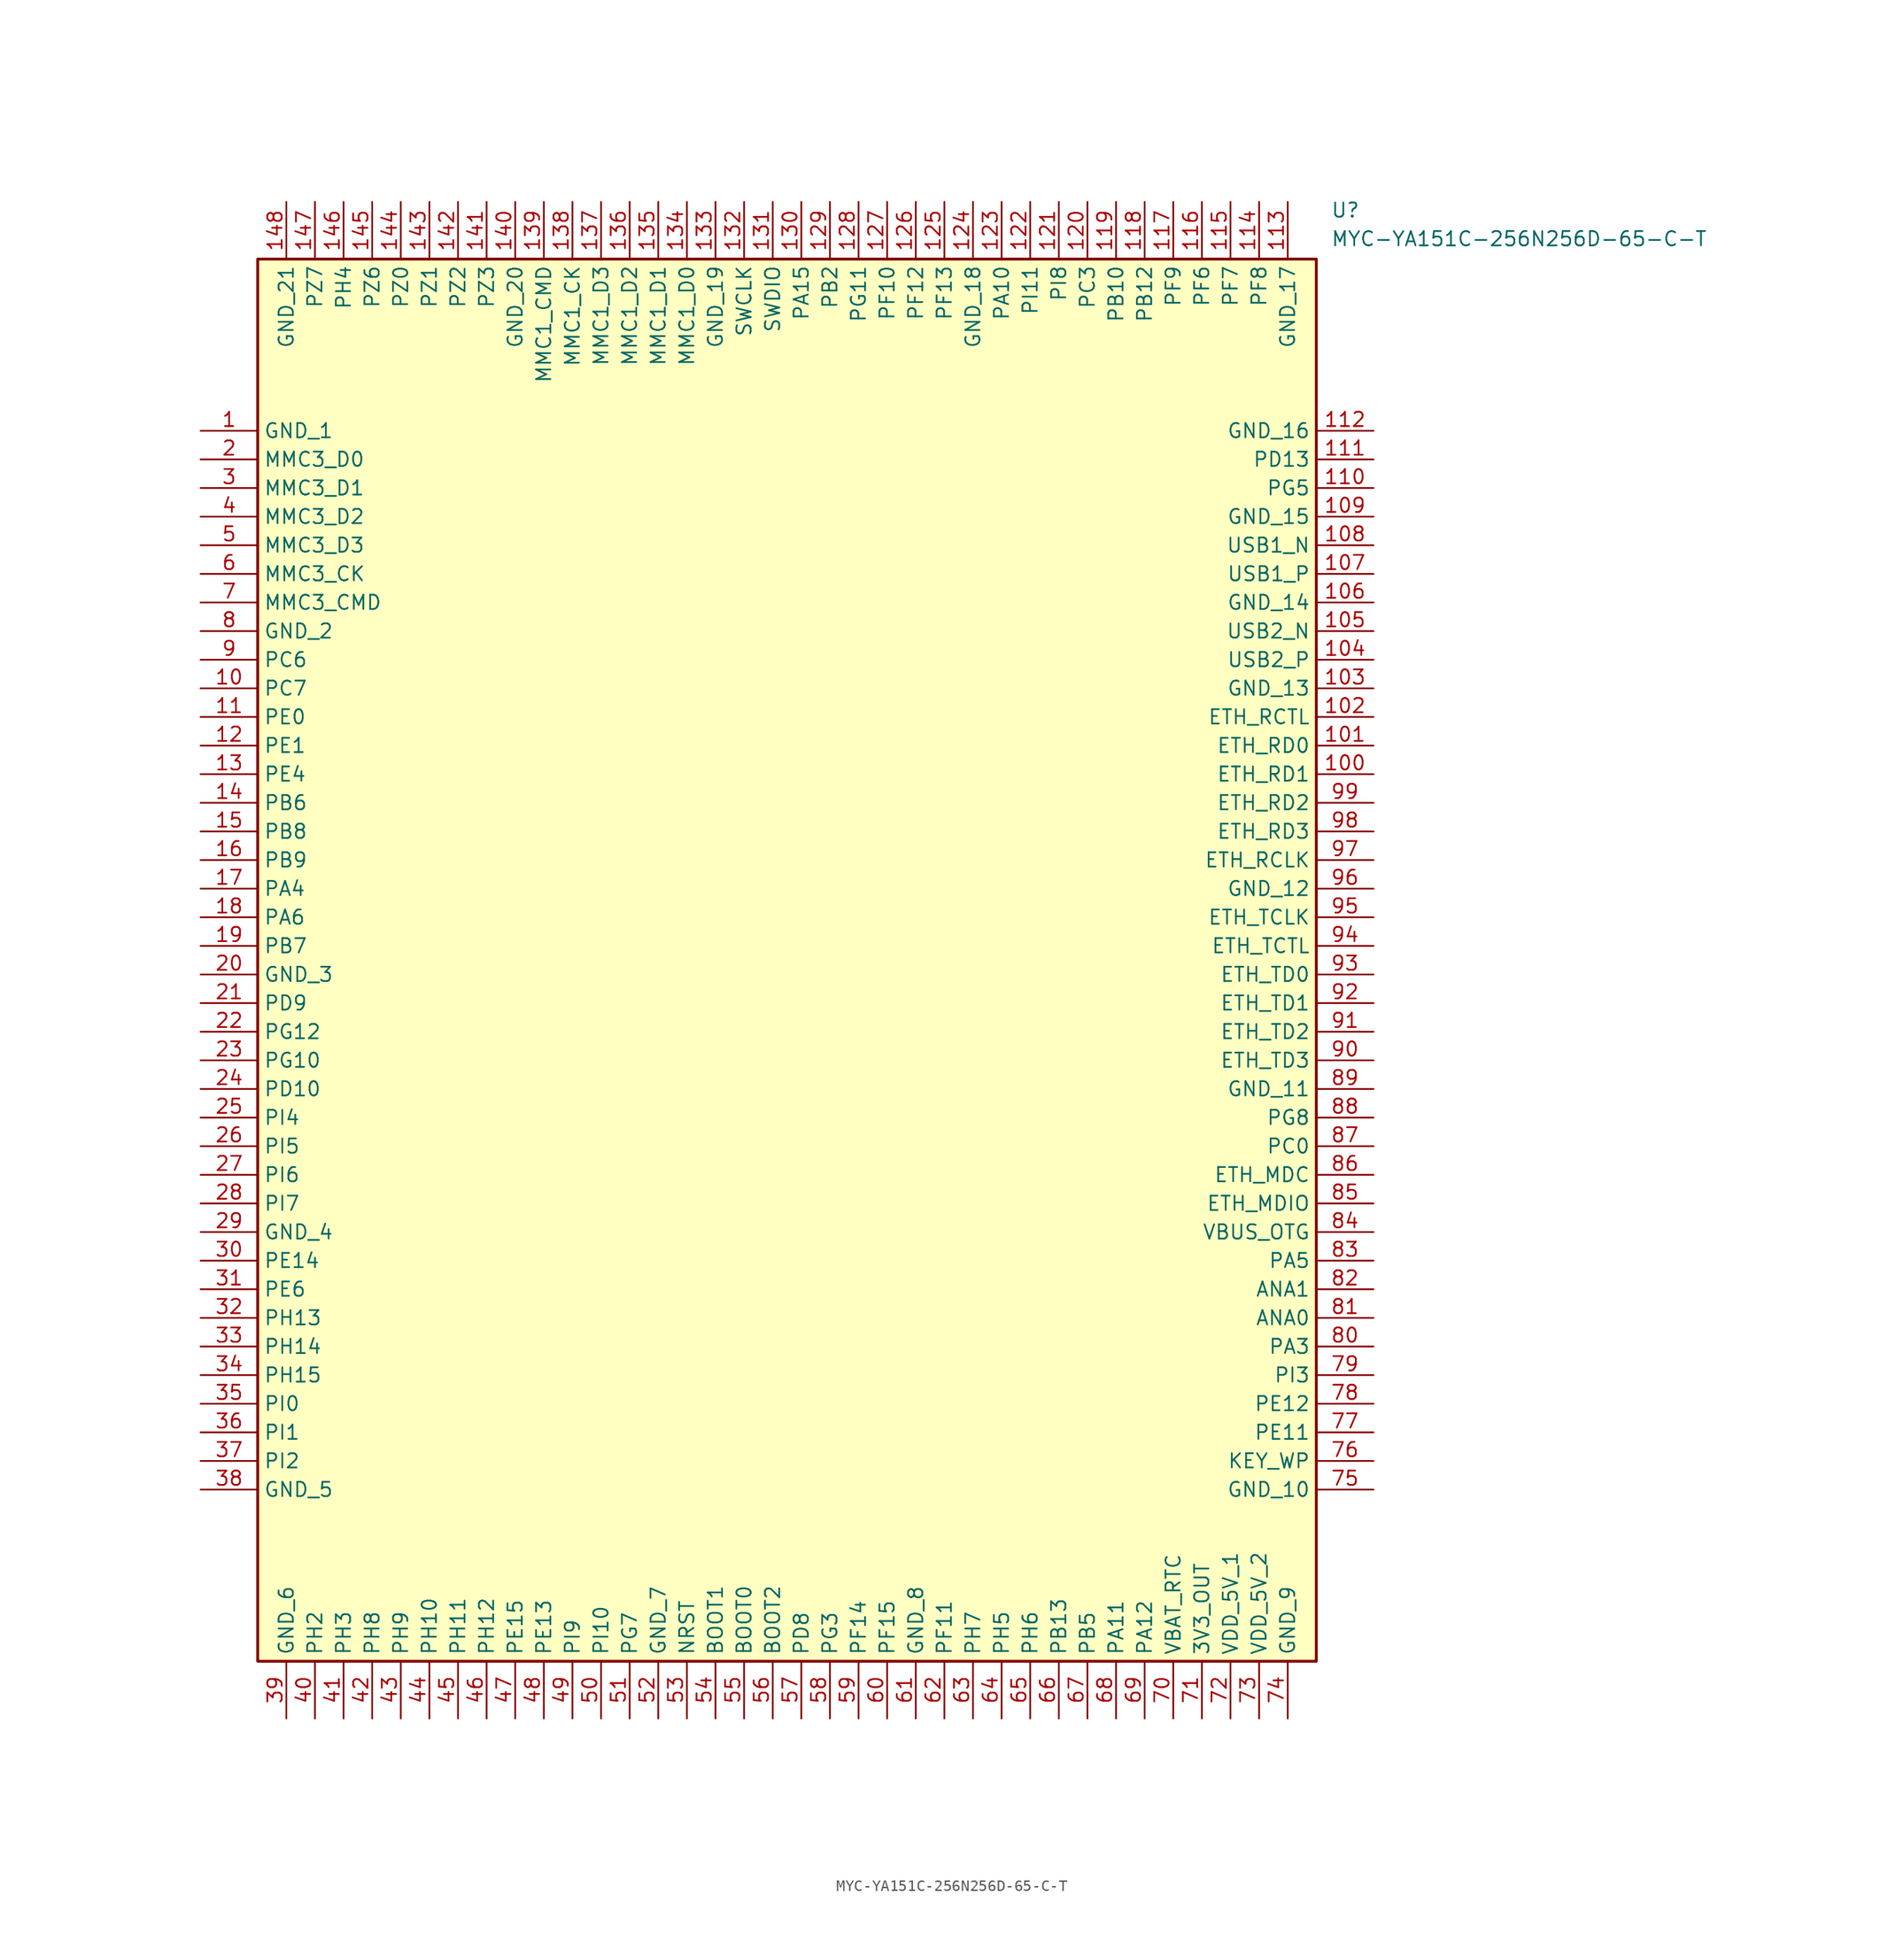
<source format=kicad_sym>
(kicad_symbol_lib
  (version 20220914)
  (generator SamacSys_ECAD_Model)
  (symbol "MYC-YA151C-256N256D-65-C-T"
    (property "Reference" "U"
      (at 100.33 20.32 0)
      (effects (font (size 1.27 1.27)) (justify left top)))
    (property "Value" "MYC-YA151C-256N256D-65-C-T"
      (at 100.33 17.78 0)
      (effects (font (size 1.27 1.27)) (justify left top)))
    (rectangle
      (start 5.08 15.24)
      (end 99.06 -109.22)
      (stroke (width 0.254) (type default))
      (fill (type background)))
    (pin passive line
      (at 0 0 0)
      (length 5.08)
      (name "GND_1" (effects (font (size 1.27 1.27))))
      (number "1" (effects (font (size 1.27 1.27)))))
    (pin passive line
      (at 0 -2.54 0)
      (length 5.08)
      (name "MMC3_D0" (effects (font (size 1.27 1.27))))
      (number "2" (effects (font (size 1.27 1.27)))))
    (pin passive line
      (at 0 -5.08 0)
      (length 5.08)
      (name "MMC3_D1" (effects (font (size 1.27 1.27))))
      (number "3" (effects (font (size 1.27 1.27)))))
    (pin passive line
      (at 0 -7.62 0)
      (length 5.08)
      (name "MMC3_D2" (effects (font (size 1.27 1.27))))
      (number "4" (effects (font (size 1.27 1.27)))))
    (pin passive line
      (at 0 -10.16 0)
      (length 5.08)
      (name "MMC3_D3" (effects (font (size 1.27 1.27))))
      (number "5" (effects (font (size 1.27 1.27)))))
    (pin passive line
      (at 0 -12.7 0)
      (length 5.08)
      (name "MMC3_CK" (effects (font (size 1.27 1.27))))
      (number "6" (effects (font (size 1.27 1.27)))))
    (pin passive line
      (at 0 -15.24 0)
      (length 5.08)
      (name "MMC3_CMD" (effects (font (size 1.27 1.27))))
      (number "7" (effects (font (size 1.27 1.27)))))
    (pin passive line
      (at 0 -17.78 0)
      (length 5.08)
      (name "GND_2" (effects (font (size 1.27 1.27))))
      (number "8" (effects (font (size 1.27 1.27)))))
    (pin passive line
      (at 0 -20.32 0)
      (length 5.08)
      (name "PC6" (effects (font (size 1.27 1.27))))
      (number "9" (effects (font (size 1.27 1.27)))))
    (pin passive line
      (at 0 -22.86 0)
      (length 5.08)
      (name "PC7" (effects (font (size 1.27 1.27))))
      (number "10" (effects (font (size 1.27 1.27)))))
    (pin passive line
      (at 0 -25.4 0)
      (length 5.08)
      (name "PE0" (effects (font (size 1.27 1.27))))
      (number "11" (effects (font (size 1.27 1.27)))))
    (pin passive line
      (at 0 -27.94 0)
      (length 5.08)
      (name "PE1" (effects (font (size 1.27 1.27))))
      (number "12" (effects (font (size 1.27 1.27)))))
    (pin passive line
      (at 0 -30.48 0)
      (length 5.08)
      (name "PE4" (effects (font (size 1.27 1.27))))
      (number "13" (effects (font (size 1.27 1.27)))))
    (pin passive line
      (at 0 -33.02 0)
      (length 5.08)
      (name "PB6" (effects (font (size 1.27 1.27))))
      (number "14" (effects (font (size 1.27 1.27)))))
    (pin passive line
      (at 0 -35.56 0)
      (length 5.08)
      (name "PB8" (effects (font (size 1.27 1.27))))
      (number "15" (effects (font (size 1.27 1.27)))))
    (pin passive line
      (at 0 -38.1 0)
      (length 5.08)
      (name "PB9" (effects (font (size 1.27 1.27))))
      (number "16" (effects (font (size 1.27 1.27)))))
    (pin passive line
      (at 0 -40.64 0)
      (length 5.08)
      (name "PA4" (effects (font (size 1.27 1.27))))
      (number "17" (effects (font (size 1.27 1.27)))))
    (pin passive line
      (at 0 -43.18 0)
      (length 5.08)
      (name "PA6" (effects (font (size 1.27 1.27))))
      (number "18" (effects (font (size 1.27 1.27)))))
    (pin passive line
      (at 0 -45.72 0)
      (length 5.08)
      (name "PB7" (effects (font (size 1.27 1.27))))
      (number "19" (effects (font (size 1.27 1.27)))))
    (pin passive line
      (at 0 -48.26 0)
      (length 5.08)
      (name "GND_3" (effects (font (size 1.27 1.27))))
      (number "20" (effects (font (size 1.27 1.27)))))
    (pin passive line
      (at 0 -50.8 0)
      (length 5.08)
      (name "PD9" (effects (font (size 1.27 1.27))))
      (number "21" (effects (font (size 1.27 1.27)))))
    (pin passive line
      (at 0 -53.34 0)
      (length 5.08)
      (name "PG12" (effects (font (size 1.27 1.27))))
      (number "22" (effects (font (size 1.27 1.27)))))
    (pin passive line
      (at 0 -55.88 0)
      (length 5.08)
      (name "PG10" (effects (font (size 1.27 1.27))))
      (number "23" (effects (font (size 1.27 1.27)))))
    (pin passive line
      (at 0 -58.42 0)
      (length 5.08)
      (name "PD10" (effects (font (size 1.27 1.27))))
      (number "24" (effects (font (size 1.27 1.27)))))
    (pin passive line
      (at 0 -60.96 0)
      (length 5.08)
      (name "PI4" (effects (font (size 1.27 1.27))))
      (number "25" (effects (font (size 1.27 1.27)))))
    (pin passive line
      (at 0 -63.5 0)
      (length 5.08)
      (name "PI5" (effects (font (size 1.27 1.27))))
      (number "26" (effects (font (size 1.27 1.27)))))
    (pin passive line
      (at 0 -66.04 0)
      (length 5.08)
      (name "PI6" (effects (font (size 1.27 1.27))))
      (number "27" (effects (font (size 1.27 1.27)))))
    (pin passive line
      (at 0 -68.58 0)
      (length 5.08)
      (name "PI7" (effects (font (size 1.27 1.27))))
      (number "28" (effects (font (size 1.27 1.27)))))
    (pin passive line
      (at 0 -71.12 0)
      (length 5.08)
      (name "GND_4" (effects (font (size 1.27 1.27))))
      (number "29" (effects (font (size 1.27 1.27)))))
    (pin passive line
      (at 0 -73.66 0)
      (length 5.08)
      (name "PE14" (effects (font (size 1.27 1.27))))
      (number "30" (effects (font (size 1.27 1.27)))))
    (pin passive line
      (at 0 -76.2 0)
      (length 5.08)
      (name "PE6" (effects (font (size 1.27 1.27))))
      (number "31" (effects (font (size 1.27 1.27)))))
    (pin passive line
      (at 0 -78.74 0)
      (length 5.08)
      (name "PH13" (effects (font (size 1.27 1.27))))
      (number "32" (effects (font (size 1.27 1.27)))))
    (pin passive line
      (at 0 -81.28 0)
      (length 5.08)
      (name "PH14" (effects (font (size 1.27 1.27))))
      (number "33" (effects (font (size 1.27 1.27)))))
    (pin passive line
      (at 0 -83.82 0)
      (length 5.08)
      (name "PH15" (effects (font (size 1.27 1.27))))
      (number "34" (effects (font (size 1.27 1.27)))))
    (pin passive line
      (at 0 -86.36 0)
      (length 5.08)
      (name "PI0" (effects (font (size 1.27 1.27))))
      (number "35" (effects (font (size 1.27 1.27)))))
    (pin passive line
      (at 0 -88.9 0)
      (length 5.08)
      (name "PI1" (effects (font (size 1.27 1.27))))
      (number "36" (effects (font (size 1.27 1.27)))))
    (pin passive line
      (at 0 -91.44 0)
      (length 5.08)
      (name "PI2" (effects (font (size 1.27 1.27))))
      (number "37" (effects (font (size 1.27 1.27)))))
    (pin passive line
      (at 0 -93.98 0)
      (length 5.08)
      (name "GND_5" (effects (font (size 1.27 1.27))))
      (number "38" (effects (font (size 1.27 1.27)))))
    (pin passive line
      (at 7.62 -114.3 90)
      (length 5.08)
      (name "GND_6" (effects (font (size 1.27 1.27))))
      (number "39" (effects (font (size 1.27 1.27)))))
    (pin passive line
      (at 10.16 -114.3 90)
      (length 5.08)
      (name "PH2" (effects (font (size 1.27 1.27))))
      (number "40" (effects (font (size 1.27 1.27)))))
    (pin passive line
      (at 12.7 -114.3 90)
      (length 5.08)
      (name "PH3" (effects (font (size 1.27 1.27))))
      (number "41" (effects (font (size 1.27 1.27)))))
    (pin passive line
      (at 15.24 -114.3 90)
      (length 5.08)
      (name "PH8" (effects (font (size 1.27 1.27))))
      (number "42" (effects (font (size 1.27 1.27)))))
    (pin passive line
      (at 17.78 -114.3 90)
      (length 5.08)
      (name "PH9" (effects (font (size 1.27 1.27))))
      (number "43" (effects (font (size 1.27 1.27)))))
    (pin passive line
      (at 20.32 -114.3 90)
      (length 5.08)
      (name "PH10" (effects (font (size 1.27 1.27))))
      (number "44" (effects (font (size 1.27 1.27)))))
    (pin passive line
      (at 22.86 -114.3 90)
      (length 5.08)
      (name "PH11" (effects (font (size 1.27 1.27))))
      (number "45" (effects (font (size 1.27 1.27)))))
    (pin passive line
      (at 25.4 -114.3 90)
      (length 5.08)
      (name "PH12" (effects (font (size 1.27 1.27))))
      (number "46" (effects (font (size 1.27 1.27)))))
    (pin passive line
      (at 27.94 -114.3 90)
      (length 5.08)
      (name "PE15" (effects (font (size 1.27 1.27))))
      (number "47" (effects (font (size 1.27 1.27)))))
    (pin passive line
      (at 30.48 -114.3 90)
      (length 5.08)
      (name "PE13" (effects (font (size 1.27 1.27))))
      (number "48" (effects (font (size 1.27 1.27)))))
    (pin passive line
      (at 33.02 -114.3 90)
      (length 5.08)
      (name "PI9" (effects (font (size 1.27 1.27))))
      (number "49" (effects (font (size 1.27 1.27)))))
    (pin passive line
      (at 35.56 -114.3 90)
      (length 5.08)
      (name "PI10" (effects (font (size 1.27 1.27))))
      (number "50" (effects (font (size 1.27 1.27)))))
    (pin passive line
      (at 38.1 -114.3 90)
      (length 5.08)
      (name "PG7" (effects (font (size 1.27 1.27))))
      (number "51" (effects (font (size 1.27 1.27)))))
    (pin passive line
      (at 40.64 -114.3 90)
      (length 5.08)
      (name "GND_7" (effects (font (size 1.27 1.27))))
      (number "52" (effects (font (size 1.27 1.27)))))
    (pin passive line
      (at 43.18 -114.3 90)
      (length 5.08)
      (name "NRST" (effects (font (size 1.27 1.27))))
      (number "53" (effects (font (size 1.27 1.27)))))
    (pin passive line
      (at 45.72 -114.3 90)
      (length 5.08)
      (name "BOOT1" (effects (font (size 1.27 1.27))))
      (number "54" (effects (font (size 1.27 1.27)))))
    (pin passive line
      (at 48.26 -114.3 90)
      (length 5.08)
      (name "BOOT0" (effects (font (size 1.27 1.27))))
      (number "55" (effects (font (size 1.27 1.27)))))
    (pin passive line
      (at 50.8 -114.3 90)
      (length 5.08)
      (name "BOOT2" (effects (font (size 1.27 1.27))))
      (number "56" (effects (font (size 1.27 1.27)))))
    (pin passive line
      (at 53.34 -114.3 90)
      (length 5.08)
      (name "PD8" (effects (font (size 1.27 1.27))))
      (number "57" (effects (font (size 1.27 1.27)))))
    (pin passive line
      (at 55.88 -114.3 90)
      (length 5.08)
      (name "PG3" (effects (font (size 1.27 1.27))))
      (number "58" (effects (font (size 1.27 1.27)))))
    (pin passive line
      (at 58.42 -114.3 90)
      (length 5.08)
      (name "PF14" (effects (font (size 1.27 1.27))))
      (number "59" (effects (font (size 1.27 1.27)))))
    (pin passive line
      (at 60.96 -114.3 90)
      (length 5.08)
      (name "PF15" (effects (font (size 1.27 1.27))))
      (number "60" (effects (font (size 1.27 1.27)))))
    (pin passive line
      (at 63.5 -114.3 90)
      (length 5.08)
      (name "GND_8" (effects (font (size 1.27 1.27))))
      (number "61" (effects (font (size 1.27 1.27)))))
    (pin passive line
      (at 66.04 -114.3 90)
      (length 5.08)
      (name "PF11" (effects (font (size 1.27 1.27))))
      (number "62" (effects (font (size 1.27 1.27)))))
    (pin passive line
      (at 68.58 -114.3 90)
      (length 5.08)
      (name "PH7" (effects (font (size 1.27 1.27))))
      (number "63" (effects (font (size 1.27 1.27)))))
    (pin passive line
      (at 71.12 -114.3 90)
      (length 5.08)
      (name "PH5" (effects (font (size 1.27 1.27))))
      (number "64" (effects (font (size 1.27 1.27)))))
    (pin passive line
      (at 73.66 -114.3 90)
      (length 5.08)
      (name "PH6" (effects (font (size 1.27 1.27))))
      (number "65" (effects (font (size 1.27 1.27)))))
    (pin passive line
      (at 76.2 -114.3 90)
      (length 5.08)
      (name "PB13" (effects (font (size 1.27 1.27))))
      (number "66" (effects (font (size 1.27 1.27)))))
    (pin passive line
      (at 78.74 -114.3 90)
      (length 5.08)
      (name "PB5" (effects (font (size 1.27 1.27))))
      (number "67" (effects (font (size 1.27 1.27)))))
    (pin passive line
      (at 81.28 -114.3 90)
      (length 5.08)
      (name "PA11" (effects (font (size 1.27 1.27))))
      (number "68" (effects (font (size 1.27 1.27)))))
    (pin passive line
      (at 83.82 -114.3 90)
      (length 5.08)
      (name "PA12" (effects (font (size 1.27 1.27))))
      (number "69" (effects (font (size 1.27 1.27)))))
    (pin passive line
      (at 86.36 -114.3 90)
      (length 5.08)
      (name "VBAT_RTC" (effects (font (size 1.27 1.27))))
      (number "70" (effects (font (size 1.27 1.27)))))
    (pin passive line
      (at 88.9 -114.3 90)
      (length 5.08)
      (name "3V3_OUT" (effects (font (size 1.27 1.27))))
      (number "71" (effects (font (size 1.27 1.27)))))
    (pin passive line
      (at 91.44 -114.3 90)
      (length 5.08)
      (name "VDD_5V_1" (effects (font (size 1.27 1.27))))
      (number "72" (effects (font (size 1.27 1.27)))))
    (pin passive line
      (at 93.98 -114.3 90)
      (length 5.08)
      (name "VDD_5V_2" (effects (font (size 1.27 1.27))))
      (number "73" (effects (font (size 1.27 1.27)))))
    (pin passive line
      (at 96.52 -114.3 90)
      (length 5.08)
      (name "GND_9" (effects (font (size 1.27 1.27))))
      (number "74" (effects (font (size 1.27 1.27)))))
    (pin passive line
      (at 104.14 -93.98 180)
      (length 5.08)
      (name "GND_10" (effects (font (size 1.27 1.27))))
      (number "75" (effects (font (size 1.27 1.27)))))
    (pin passive line
      (at 104.14 -91.44 180)
      (length 5.08)
      (name "KEY_WP" (effects (font (size 1.27 1.27))))
      (number "76" (effects (font (size 1.27 1.27)))))
    (pin passive line
      (at 104.14 -88.9 180)
      (length 5.08)
      (name "PE11" (effects (font (size 1.27 1.27))))
      (number "77" (effects (font (size 1.27 1.27)))))
    (pin passive line
      (at 104.14 -86.36 180)
      (length 5.08)
      (name "PE12" (effects (font (size 1.27 1.27))))
      (number "78" (effects (font (size 1.27 1.27)))))
    (pin passive line
      (at 104.14 -83.82 180)
      (length 5.08)
      (name "PI3" (effects (font (size 1.27 1.27))))
      (number "79" (effects (font (size 1.27 1.27)))))
    (pin passive line
      (at 104.14 -81.28 180)
      (length 5.08)
      (name "PA3" (effects (font (size 1.27 1.27))))
      (number "80" (effects (font (size 1.27 1.27)))))
    (pin passive line
      (at 104.14 -78.74 180)
      (length 5.08)
      (name "ANA0" (effects (font (size 1.27 1.27))))
      (number "81" (effects (font (size 1.27 1.27)))))
    (pin passive line
      (at 104.14 -76.2 180)
      (length 5.08)
      (name "ANA1" (effects (font (size 1.27 1.27))))
      (number "82" (effects (font (size 1.27 1.27)))))
    (pin passive line
      (at 104.14 -73.66 180)
      (length 5.08)
      (name "PA5" (effects (font (size 1.27 1.27))))
      (number "83" (effects (font (size 1.27 1.27)))))
    (pin passive line
      (at 104.14 -71.12 180)
      (length 5.08)
      (name "VBUS_OTG" (effects (font (size 1.27 1.27))))
      (number "84" (effects (font (size 1.27 1.27)))))
    (pin passive line
      (at 104.14 -68.58 180)
      (length 5.08)
      (name "ETH_MDIO" (effects (font (size 1.27 1.27))))
      (number "85" (effects (font (size 1.27 1.27)))))
    (pin passive line
      (at 104.14 -66.04 180)
      (length 5.08)
      (name "ETH_MDC" (effects (font (size 1.27 1.27))))
      (number "86" (effects (font (size 1.27 1.27)))))
    (pin passive line
      (at 104.14 -63.5 180)
      (length 5.08)
      (name "PC0" (effects (font (size 1.27 1.27))))
      (number "87" (effects (font (size 1.27 1.27)))))
    (pin passive line
      (at 104.14 -60.96 180)
      (length 5.08)
      (name "PG8" (effects (font (size 1.27 1.27))))
      (number "88" (effects (font (size 1.27 1.27)))))
    (pin passive line
      (at 104.14 -58.42 180)
      (length 5.08)
      (name "GND_11" (effects (font (size 1.27 1.27))))
      (number "89" (effects (font (size 1.27 1.27)))))
    (pin passive line
      (at 104.14 -55.88 180)
      (length 5.08)
      (name "ETH_TD3" (effects (font (size 1.27 1.27))))
      (number "90" (effects (font (size 1.27 1.27)))))
    (pin passive line
      (at 104.14 -53.34 180)
      (length 5.08)
      (name "ETH_TD2" (effects (font (size 1.27 1.27))))
      (number "91" (effects (font (size 1.27 1.27)))))
    (pin passive line
      (at 104.14 -50.8 180)
      (length 5.08)
      (name "ETH_TD1" (effects (font (size 1.27 1.27))))
      (number "92" (effects (font (size 1.27 1.27)))))
    (pin passive line
      (at 104.14 -48.26 180)
      (length 5.08)
      (name "ETH_TD0" (effects (font (size 1.27 1.27))))
      (number "93" (effects (font (size 1.27 1.27)))))
    (pin passive line
      (at 104.14 -45.72 180)
      (length 5.08)
      (name "ETH_TCTL" (effects (font (size 1.27 1.27))))
      (number "94" (effects (font (size 1.27 1.27)))))
    (pin passive line
      (at 104.14 -43.18 180)
      (length 5.08)
      (name "ETH_TCLK" (effects (font (size 1.27 1.27))))
      (number "95" (effects (font (size 1.27 1.27)))))
    (pin passive line
      (at 104.14 -40.64 180)
      (length 5.08)
      (name "GND_12" (effects (font (size 1.27 1.27))))
      (number "96" (effects (font (size 1.27 1.27)))))
    (pin passive line
      (at 104.14 -38.1 180)
      (length 5.08)
      (name "ETH_RCLK" (effects (font (size 1.27 1.27))))
      (number "97" (effects (font (size 1.27 1.27)))))
    (pin passive line
      (at 104.14 -35.56 180)
      (length 5.08)
      (name "ETH_RD3" (effects (font (size 1.27 1.27))))
      (number "98" (effects (font (size 1.27 1.27)))))
    (pin passive line
      (at 104.14 -33.02 180)
      (length 5.08)
      (name "ETH_RD2" (effects (font (size 1.27 1.27))))
      (number "99" (effects (font (size 1.27 1.27)))))
    (pin passive line
      (at 104.14 -30.48 180)
      (length 5.08)
      (name "ETH_RD1" (effects (font (size 1.27 1.27))))
      (number "100" (effects (font (size 1.27 1.27)))))
    (pin passive line
      (at 104.14 -27.94 180)
      (length 5.08)
      (name "ETH_RD0" (effects (font (size 1.27 1.27))))
      (number "101" (effects (font (size 1.27 1.27)))))
    (pin passive line
      (at 104.14 -25.4 180)
      (length 5.08)
      (name "ETH_RCTL" (effects (font (size 1.27 1.27))))
      (number "102" (effects (font (size 1.27 1.27)))))
    (pin passive line
      (at 104.14 -22.86 180)
      (length 5.08)
      (name "GND_13" (effects (font (size 1.27 1.27))))
      (number "103" (effects (font (size 1.27 1.27)))))
    (pin passive line
      (at 104.14 -20.32 180)
      (length 5.08)
      (name "USB2_P" (effects (font (size 1.27 1.27))))
      (number "104" (effects (font (size 1.27 1.27)))))
    (pin passive line
      (at 104.14 -17.78 180)
      (length 5.08)
      (name "USB2_N" (effects (font (size 1.27 1.27))))
      (number "105" (effects (font (size 1.27 1.27)))))
    (pin passive line
      (at 104.14 -15.24 180)
      (length 5.08)
      (name "GND_14" (effects (font (size 1.27 1.27))))
      (number "106" (effects (font (size 1.27 1.27)))))
    (pin passive line
      (at 104.14 -12.7 180)
      (length 5.08)
      (name "USB1_P" (effects (font (size 1.27 1.27))))
      (number "107" (effects (font (size 1.27 1.27)))))
    (pin passive line
      (at 104.14 -10.16 180)
      (length 5.08)
      (name "USB1_N" (effects (font (size 1.27 1.27))))
      (number "108" (effects (font (size 1.27 1.27)))))
    (pin passive line
      (at 104.14 -7.62 180)
      (length 5.08)
      (name "GND_15" (effects (font (size 1.27 1.27))))
      (number "109" (effects (font (size 1.27 1.27)))))
    (pin passive line
      (at 104.14 -5.08 180)
      (length 5.08)
      (name "PG5" (effects (font (size 1.27 1.27))))
      (number "110" (effects (font (size 1.27 1.27)))))
    (pin passive line
      (at 104.14 -2.54 180)
      (length 5.08)
      (name "PD13" (effects (font (size 1.27 1.27))))
      (number "111" (effects (font (size 1.27 1.27)))))
    (pin passive line
      (at 104.14 0 180)
      (length 5.08)
      (name "GND_16" (effects (font (size 1.27 1.27))))
      (number "112" (effects (font (size 1.27 1.27)))))
    (pin passive line
      (at 96.52 20.32 270)
      (length 5.08)
      (name "GND_17" (effects (font (size 1.27 1.27))))
      (number "113" (effects (font (size 1.27 1.27)))))
    (pin passive line
      (at 93.98 20.32 270)
      (length 5.08)
      (name "PF8" (effects (font (size 1.27 1.27))))
      (number "114" (effects (font (size 1.27 1.27)))))
    (pin passive line
      (at 91.44 20.32 270)
      (length 5.08)
      (name "PF7" (effects (font (size 1.27 1.27))))
      (number "115" (effects (font (size 1.27 1.27)))))
    (pin passive line
      (at 88.9 20.32 270)
      (length 5.08)
      (name "PF6" (effects (font (size 1.27 1.27))))
      (number "116" (effects (font (size 1.27 1.27)))))
    (pin passive line
      (at 86.36 20.32 270)
      (length 5.08)
      (name "PF9" (effects (font (size 1.27 1.27))))
      (number "117" (effects (font (size 1.27 1.27)))))
    (pin passive line
      (at 83.82 20.32 270)
      (length 5.08)
      (name "PB12" (effects (font (size 1.27 1.27))))
      (number "118" (effects (font (size 1.27 1.27)))))
    (pin passive line
      (at 81.28 20.32 270)
      (length 5.08)
      (name "PB10" (effects (font (size 1.27 1.27))))
      (number "119" (effects (font (size 1.27 1.27)))))
    (pin passive line
      (at 78.74 20.32 270)
      (length 5.08)
      (name "PC3" (effects (font (size 1.27 1.27))))
      (number "120" (effects (font (size 1.27 1.27)))))
    (pin passive line
      (at 76.2 20.32 270)
      (length 5.08)
      (name "PI8" (effects (font (size 1.27 1.27))))
      (number "121" (effects (font (size 1.27 1.27)))))
    (pin passive line
      (at 73.66 20.32 270)
      (length 5.08)
      (name "PI11" (effects (font (size 1.27 1.27))))
      (number "122" (effects (font (size 1.27 1.27)))))
    (pin passive line
      (at 71.12 20.32 270)
      (length 5.08)
      (name "PA10" (effects (font (size 1.27 1.27))))
      (number "123" (effects (font (size 1.27 1.27)))))
    (pin passive line
      (at 68.58 20.32 270)
      (length 5.08)
      (name "GND_18" (effects (font (size 1.27 1.27))))
      (number "124" (effects (font (size 1.27 1.27)))))
    (pin passive line
      (at 66.04 20.32 270)
      (length 5.08)
      (name "PF13" (effects (font (size 1.27 1.27))))
      (number "125" (effects (font (size 1.27 1.27)))))
    (pin passive line
      (at 63.5 20.32 270)
      (length 5.08)
      (name "PF12" (effects (font (size 1.27 1.27))))
      (number "126" (effects (font (size 1.27 1.27)))))
    (pin passive line
      (at 60.96 20.32 270)
      (length 5.08)
      (name "PF10" (effects (font (size 1.27 1.27))))
      (number "127" (effects (font (size 1.27 1.27)))))
    (pin passive line
      (at 58.42 20.32 270)
      (length 5.08)
      (name "PG11" (effects (font (size 1.27 1.27))))
      (number "128" (effects (font (size 1.27 1.27)))))
    (pin passive line
      (at 55.88 20.32 270)
      (length 5.08)
      (name "PB2" (effects (font (size 1.27 1.27))))
      (number "129" (effects (font (size 1.27 1.27)))))
    (pin passive line
      (at 53.34 20.32 270)
      (length 5.08)
      (name "PA15" (effects (font (size 1.27 1.27))))
      (number "130" (effects (font (size 1.27 1.27)))))
    (pin passive line
      (at 50.8 20.32 270)
      (length 5.08)
      (name "SWDIO" (effects (font (size 1.27 1.27))))
      (number "131" (effects (font (size 1.27 1.27)))))
    (pin passive line
      (at 48.26 20.32 270)
      (length 5.08)
      (name "SWCLK" (effects (font (size 1.27 1.27))))
      (number "132" (effects (font (size 1.27 1.27)))))
    (pin passive line
      (at 45.72 20.32 270)
      (length 5.08)
      (name "GND_19" (effects (font (size 1.27 1.27))))
      (number "133" (effects (font (size 1.27 1.27)))))
    (pin passive line
      (at 43.18 20.32 270)
      (length 5.08)
      (name "MMC1_D0" (effects (font (size 1.27 1.27))))
      (number "134" (effects (font (size 1.27 1.27)))))
    (pin passive line
      (at 40.64 20.32 270)
      (length 5.08)
      (name "MMC1_D1" (effects (font (size 1.27 1.27))))
      (number "135" (effects (font (size 1.27 1.27)))))
    (pin passive line
      (at 38.1 20.32 270)
      (length 5.08)
      (name "MMC1_D2" (effects (font (size 1.27 1.27))))
      (number "136" (effects (font (size 1.27 1.27)))))
    (pin passive line
      (at 35.56 20.32 270)
      (length 5.08)
      (name "MMC1_D3" (effects (font (size 1.27 1.27))))
      (number "137" (effects (font (size 1.27 1.27)))))
    (pin passive line
      (at 33.02 20.32 270)
      (length 5.08)
      (name "MMC1_CK" (effects (font (size 1.27 1.27))))
      (number "138" (effects (font (size 1.27 1.27)))))
    (pin passive line
      (at 30.48 20.32 270)
      (length 5.08)
      (name "MMC1_CMD" (effects (font (size 1.27 1.27))))
      (number "139" (effects (font (size 1.27 1.27)))))
    (pin passive line
      (at 27.94 20.32 270)
      (length 5.08)
      (name "GND_20" (effects (font (size 1.27 1.27))))
      (number "140" (effects (font (size 1.27 1.27)))))
    (pin passive line
      (at 25.4 20.32 270)
      (length 5.08)
      (name "PZ3" (effects (font (size 1.27 1.27))))
      (number "141" (effects (font (size 1.27 1.27)))))
    (pin passive line
      (at 22.86 20.32 270)
      (length 5.08)
      (name "PZ2" (effects (font (size 1.27 1.27))))
      (number "142" (effects (font (size 1.27 1.27)))))
    (pin passive line
      (at 20.32 20.32 270)
      (length 5.08)
      (name "PZ1" (effects (font (size 1.27 1.27))))
      (number "143" (effects (font (size 1.27 1.27)))))
    (pin passive line
      (at 17.78 20.32 270)
      (length 5.08)
      (name "PZ0" (effects (font (size 1.27 1.27))))
      (number "144" (effects (font (size 1.27 1.27)))))
    (pin passive line
      (at 15.24 20.32 270)
      (length 5.08)
      (name "PZ6" (effects (font (size 1.27 1.27))))
      (number "145" (effects (font (size 1.27 1.27)))))
    (pin passive line
      (at 12.7 20.32 270)
      (length 5.08)
      (name "PH4" (effects (font (size 1.27 1.27))))
      (number "146" (effects (font (size 1.27 1.27)))))
    (pin passive line
      (at 10.16 20.32 270)
      (length 5.08)
      (name "PZ7" (effects (font (size 1.27 1.27))))
      (number "147" (effects (font (size 1.27 1.27)))))
    (pin passive line
      (at 7.62 20.32 270)
      (length 5.08)
      (name "GND_21" (effects (font (size 1.27 1.27))))
      (number "148" (effects (font (size 1.27 1.27)))))))
</source>
